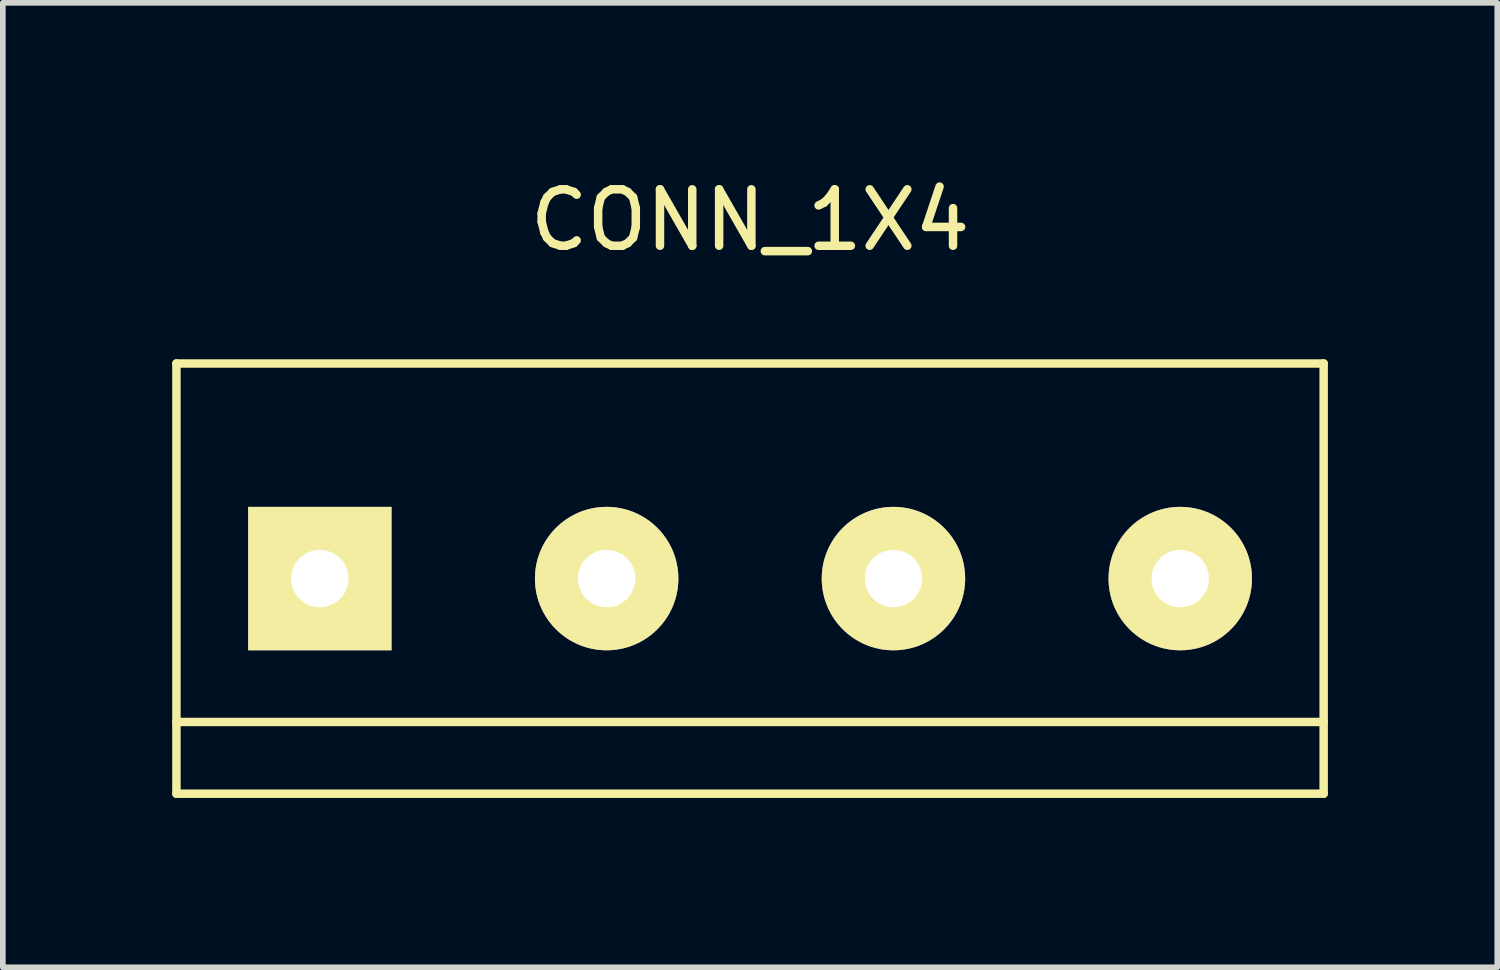
<source format=kicad_pcb>
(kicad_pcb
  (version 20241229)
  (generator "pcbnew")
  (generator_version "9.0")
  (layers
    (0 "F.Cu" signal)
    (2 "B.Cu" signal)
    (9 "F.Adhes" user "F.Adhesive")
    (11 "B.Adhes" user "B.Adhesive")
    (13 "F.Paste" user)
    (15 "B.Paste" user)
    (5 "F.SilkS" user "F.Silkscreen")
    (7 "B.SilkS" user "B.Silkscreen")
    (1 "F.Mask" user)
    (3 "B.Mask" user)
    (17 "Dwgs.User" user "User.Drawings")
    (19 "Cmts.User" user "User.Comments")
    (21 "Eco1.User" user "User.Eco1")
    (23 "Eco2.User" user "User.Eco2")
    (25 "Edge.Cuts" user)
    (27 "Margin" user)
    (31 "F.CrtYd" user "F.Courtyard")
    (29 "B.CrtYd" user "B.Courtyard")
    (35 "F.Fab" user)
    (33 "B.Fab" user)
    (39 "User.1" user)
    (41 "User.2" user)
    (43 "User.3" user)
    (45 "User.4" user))
  (footprint "CONN_1X4"
    (layer "F.Cu")
    (at 10.235 7.198)
    (property "Reference" "CONN_1X4" (at 0 -6.35 0) (layer "F.SilkS") (effects (font (size 1 1) (thickness 0.15))))
    (attr through_hole)
    (fp_line (start -10.16 -3.81) (end -10.16 3.81) (stroke (width 0.15) (type solid)) (layer "F.SilkS"))
    (fp_line (start -10.16 -3.81) (end 10.16 -3.81) (stroke (width 0.15) (type solid)) (layer "F.SilkS"))
    (fp_line (start -10.16 3.81) (end 10.16 3.81) (stroke (width 0.15) (type solid)) (layer "F.SilkS"))
    (fp_line (start 10.16 2.54) (end -10.16 2.54) (stroke (width 0.15) (type solid)) (layer "F.SilkS"))
    (fp_line (start 10.16 3.81) (end 10.16 -3.81) (stroke (width 0.15) (type solid)) (layer "F.SilkS"))
    (pad "1" thru_hole rect (at -7.62 0) (size 2.54 2.54) (drill 1.016) (layers "*.Cu" "*.Mask" "F.SilkS"))
    (pad "2" thru_hole circle (at -2.54 0) (size 2.54 2.54) (drill 1.016) (layers "*.Cu" "*.Mask" "F.SilkS"))
    (pad "3" thru_hole circle (at 2.54 0) (size 2.54 2.54) (drill 1.016) (layers "*.Cu" "*.Mask" "F.SilkS"))
    (pad "4" thru_hole circle (at 7.62 0) (size 2.54 2.54) (drill 1.016) (layers "*.Cu" "*.Mask" "F.SilkS")))
  (gr_rect
    (start -3 -3)
    (end 23.47 14.083)
    (stroke (width 0.1) (type default))
    (fill no)
    (layer "Edge.Cuts")))
</source>
